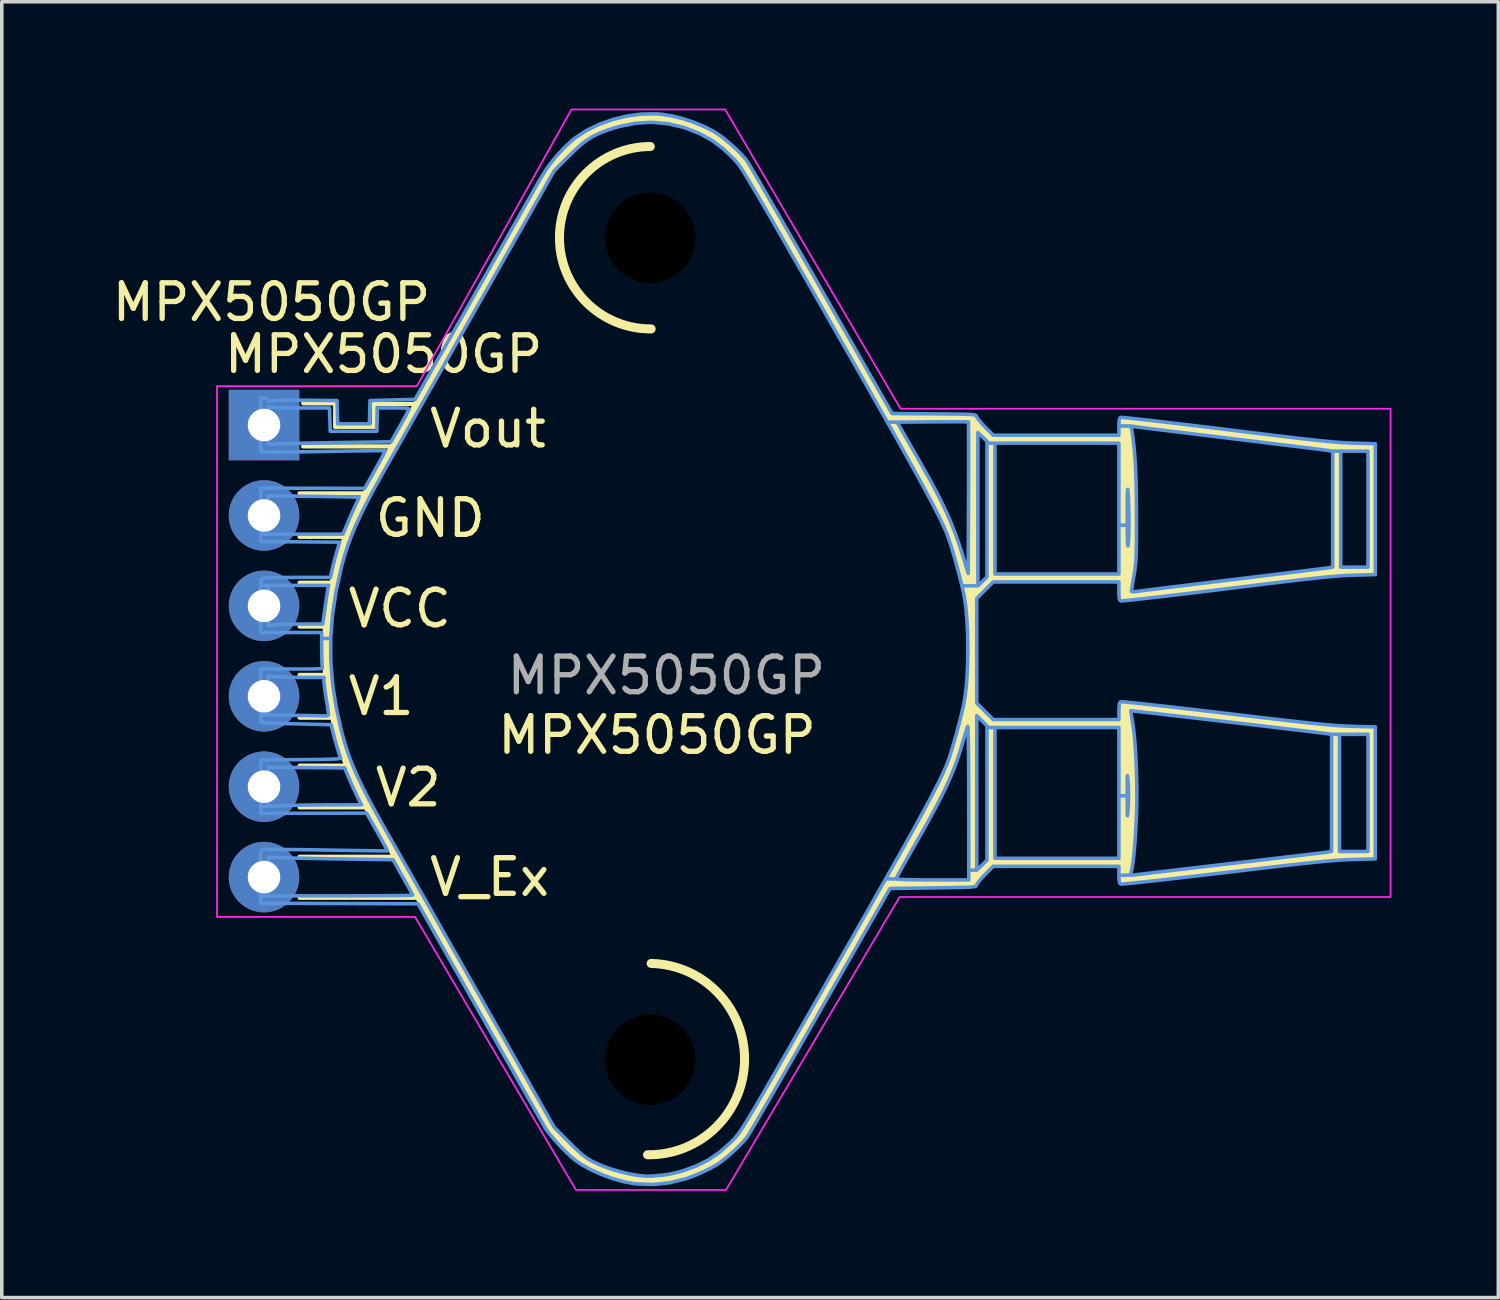
<source format=kicad_pcb>
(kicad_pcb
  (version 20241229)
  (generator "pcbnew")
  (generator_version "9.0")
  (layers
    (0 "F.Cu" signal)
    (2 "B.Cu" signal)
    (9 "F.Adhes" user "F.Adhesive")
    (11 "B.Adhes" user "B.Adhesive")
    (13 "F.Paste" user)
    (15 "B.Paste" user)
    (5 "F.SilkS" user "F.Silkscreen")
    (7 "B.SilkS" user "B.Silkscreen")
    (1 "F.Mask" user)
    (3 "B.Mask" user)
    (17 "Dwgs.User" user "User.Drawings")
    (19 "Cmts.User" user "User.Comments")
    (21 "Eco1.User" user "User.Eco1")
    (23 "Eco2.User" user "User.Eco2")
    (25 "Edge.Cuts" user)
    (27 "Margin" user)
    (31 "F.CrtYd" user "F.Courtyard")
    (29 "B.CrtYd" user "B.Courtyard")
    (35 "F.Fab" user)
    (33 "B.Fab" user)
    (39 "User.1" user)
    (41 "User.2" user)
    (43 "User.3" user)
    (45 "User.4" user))
  (footprint "MPX5050GP"
    (layer "F.Cu")
    (at 4.367 8.89)
    (property "Reference" "MPX5050GP" (at -1.19 -1.99 0) (unlocked yes) (layer "F.SilkS") (effects (font (size 1 1) (thickness 0.15)) (justify left)))
    (attr through_hole)
    (fp_line (start 0.995 12.13) (end 3.665 12.13) (stroke (width 0.12) (type solid)) (layer "F.SilkS"))
    (fp_line (start 1 1.92) (end 2.93 1.92) (stroke (width 0.12) (type solid)) (layer "F.SilkS"))
    (fp_line (start 1 4.43) (end 1.975 4.43) (stroke (width 0.12) (type solid)) (layer "F.SilkS"))
    (fp_line (start 1 5.66) (end 1.795 5.66) (stroke (width 0.12) (type solid)) (layer "F.SilkS"))
    (fp_line (start 1 7.02) (end 1.8 7.02) (stroke (width 0.12) (type solid)) (layer "F.SilkS"))
    (fp_line (start 1 8.22) (end 2.015 8.22) (stroke (width 0.12) (type solid)) (layer "F.SilkS"))
    (fp_line (start 1 9.57) (end 2.41 9.57) (stroke (width 0.12) (type solid)) (layer "F.SilkS"))
    (fp_line (start 1 10.74) (end 2.93 10.74) (stroke (width 0.12) (type solid)) (layer "F.SilkS"))
    (fp_line (start 1 13.28) (end 4.4 13.28) (stroke (width 0.12) (type solid)) (layer "F.SilkS"))
    (fp_line (start 1.1 0.6) (end 3.64 0.6) (stroke (width 0.12) (type solid)) (layer "F.SilkS"))
    (fp_line (start 2 -0.61) (end 1.1 -0.61) (stroke (width 0.12) (type solid)) (layer "F.SilkS"))
    (fp_line (start 2 0.05) (end 2 -0.61) (stroke (width 0.12) (type solid)) (layer "F.SilkS"))
    (fp_line (start 2.27 3.14) (end 1 3.14) (stroke (width 0.12) (type solid)) (layer "F.SilkS"))
    (fp_line (start 2.94 1.87) (end 2.27 3.19) (stroke (width 0.12) (type solid)) (layer "F.SilkS"))
    (fp_line (start 3.08 -0.59) (end 3.08 0.05) (stroke (width 0.12) (type solid)) (layer "F.SilkS"))
    (fp_line (start 3.08 0.05) (end 2 0.05) (stroke (width 0.12) (type solid)) (layer "F.SilkS"))
    (fp_line (start 4.21 -0.59) (end 3.08 -0.59) (stroke (width 0.12) (type solid)) (layer "F.SilkS"))
    (fp_arc (start 10.875 -2.7) (mid 8.3 -5.25) (end 10.85 -7.825) (stroke (width 0.254) (type solid)) (layer "F.SilkS"))
    (fp_arc (start 10.875 15.125) (mid 13.5125 17.8625) (end 10.775 20.5) (stroke (width 0.254) (type solid)) (layer "F.SilkS"))
    (fp_poly (pts (xy 11.175 -8.732) (xy 11.461 -8.686) (xy 11.764 -8.61) (xy 12.069 -8.51) (xy 12.36 -8.391) (xy 12.621 -8.259) (xy 12.835 -8.121) (xy 12.854 -8.107) (xy 13.052 -7.946) (xy 13.239 -7.78) (xy 13.402 -7.621) (xy 13.527 -7.481) (xy 13.555 -7.446) (xy 13.588 -7.397) (xy 13.649 -7.295) (xy 13.739 -7.145) (xy 13.854 -6.95) (xy 13.992 -6.713) (xy 14.151 -6.439) (xy 14.329 -6.131) (xy 14.525 -5.792) (xy 14.736 -5.426) (xy 14.96 -5.036) (xy 15.194 -4.626) (xy 15.438 -4.2) (xy 15.668 -3.797) (xy 17.647 -0.324) (xy 18.829 -0.315) (xy 19.135 -0.312) (xy 19.383 -0.31) (xy 19.579 -0.307) (xy 19.73 -0.303) (xy 19.841 -0.299) (xy 19.919 -0.293) (xy 19.97 -0.285) (xy 20 -0.275) (xy 20.015 -0.262) (xy 20.021 -0.246) (xy 20.022 -0.242) (xy 20.048 -0.193) (xy 20.11 -0.112) (xy 20.197 -0.013) (xy 20.261 0.054) (xy 20.489 0.286) (xy 24.021 0.286) (xy 24.021 0.045) (xy 24.022 0.025) (xy 24.364 0.025) (xy 24.384 0.148) (xy 24.42 0.389) (xy 24.45 0.648) (xy 24.474 0.933) (xy 24.491 1.25) (xy 24.504 1.607) (xy 24.511 2.011) (xy 24.514 2.471) (xy 24.514 2.554) (xy 24.514 2.878) (xy 24.513 3.146) (xy 24.512 3.366) (xy 24.508 3.547) (xy 24.503 3.696) (xy 24.496 3.82) (xy 24.487 3.93) (xy 24.474 4.031) (xy 24.459 4.133) (xy 24.444 4.224) (xy 24.417 4.38) (xy 24.395 4.513) (xy 24.38 4.612) (xy 24.373 4.662) (xy 24.373 4.665) (xy 24.4 4.683) (xy 24.472 4.68) (xy 24.477 4.68) (xy 24.524 4.673) (xy 24.629 4.659) (xy 24.789 4.639) (xy 24.997 4.613) (xy 25.248 4.582) (xy 25.539 4.546) (xy 25.863 4.506) (xy 26.217 4.463) (xy 26.594 4.417) (xy 26.991 4.369) (xy 27.2 4.343) (xy 27.605 4.294) (xy 27.993 4.247) (xy 28.359 4.202) (xy 28.699 4.16) (xy 29.008 4.122) (xy 29.28 4.089) (xy 29.511 4.06) (xy 29.696 4.037) (xy 29.83 4.02) (xy 29.907 4.01) (xy 29.924 4.007) (xy 30.011 3.992) (xy 30.251 3.992) (xy 31.018 3.992) (xy 31.018 0.733) (xy 30.251 0.733) (xy 30.251 3.992) (xy 30.011 3.992) (xy 30.028 3.989) (xy 30.028 0.736) (xy 29.924 0.718) (xy 29.877 0.711) (xy 29.771 0.697) (xy 29.612 0.677) (xy 29.404 0.651) (xy 29.152 0.62) (xy 28.862 0.584) (xy 28.537 0.544) (xy 28.184 0.501) (xy 27.806 0.455) (xy 27.41 0.407) (xy 27.2 0.381) (xy 26.796 0.332) (xy 26.407 0.285) (xy 26.041 0.24) (xy 25.7 0.198) (xy 25.391 0.16) (xy 25.119 0.127) (xy 24.887 0.098) (xy 24.702 0.074) (xy 24.567 0.057) (xy 24.489 0.047) (xy 24.472 0.044) (xy 24.364 0.025) (xy 24.022 0.025) (xy 24.024 -0.085) (xy 24.034 -0.163) (xy 24.055 -0.204) (xy 24.072 -0.215) (xy 24.111 -0.214) (xy 24.208 -0.206) (xy 24.36 -0.19) (xy 24.562 -0.169) (xy 24.808 -0.141) (xy 25.096 -0.108) (xy 25.42 -0.07) (xy 25.776 -0.028) (xy 26.159 0.018) (xy 26.565 0.067) (xy 26.989 0.119) (xy 27.052 0.127) (xy 27.571 0.191) (xy 28.031 0.247) (xy 28.437 0.296) (xy 28.793 0.339) (xy 29.105 0.375) (xy 29.377 0.406) (xy 29.613 0.432) (xy 29.818 0.453) (xy 29.997 0.469) (xy 30.154 0.483) (xy 30.294 0.493) (xy 30.422 0.5) (xy 30.542 0.505) (xy 30.603 0.507) (xy 31.226 0.525) (xy 31.226 4.199) (xy 30.603 4.218) (xy 30.485 4.222) (xy 30.361 4.228) (xy 30.228 4.237) (xy 30.08 4.248) (xy 29.913 4.263) (xy 29.722 4.282) (xy 29.502 4.305) (xy 29.25 4.333) (xy 28.959 4.366) (xy 28.626 4.406) (xy 28.246 4.451) (xy 27.815 4.504) (xy 27.326 4.564) (xy 27.052 4.598) (xy 26.625 4.65) (xy 26.217 4.7) (xy 25.83 4.746) (xy 25.47 4.789) (xy 25.141 4.828) (xy 24.848 4.861) (xy 24.595 4.89) (xy 24.386 4.912) (xy 24.227 4.929) (xy 24.121 4.938) (xy 24.074 4.94) (xy 24.072 4.94) (xy 24.046 4.917) (xy 24.03 4.865) (xy 24.023 4.772) (xy 24.021 4.664) (xy 24.021 4.407) (xy 20.489 4.407) (xy 20.258 4.64) (xy 20.028 4.872) (xy 20.028 7.811) (xy 20.26 8.042) (xy 20.492 8.273) (xy 24.021 8.273) (xy 24.021 8.032) (xy 24.024 7.902) (xy 24.035 7.824) (xy 24.055 7.783) (xy 24.072 7.772) (xy 24.11 7.773) (xy 24.208 7.781) (xy 24.359 7.796) (xy 24.561 7.817) (xy 24.808 7.844) (xy 25.095 7.875) (xy 25.419 7.912) (xy 25.775 7.952) (xy 26.157 7.996) (xy 26.563 8.044) (xy 26.986 8.094) (xy 27.035 8.1) (xy 27.553 8.161) (xy 28.013 8.215) (xy 28.418 8.262) (xy 28.775 8.303) (xy 29.086 8.338) (xy 29.358 8.368) (xy 29.594 8.392) (xy 29.8 8.412) (xy 29.979 8.428) (xy 30.138 8.441) (xy 30.28 8.45) (xy 30.41 8.457) (xy 30.533 8.462) (xy 30.587 8.463) (xy 31.226 8.481) (xy 31.226 12.187) (xy 30.587 12.204) (xy 30.465 12.208) (xy 30.339 12.214) (xy 30.203 12.223) (xy 30.052 12.234) (xy 29.882 12.248) (xy 29.689 12.266) (xy 29.467 12.289) (xy 29.211 12.316) (xy 28.918 12.348) (xy 28.582 12.386) (xy 28.199 12.431) (xy 27.764 12.482) (xy 27.272 12.54) (xy 27.035 12.568) (xy 26.61 12.618) (xy 26.202 12.666) (xy 25.817 12.711) (xy 25.458 12.752) (xy 25.13 12.789) (xy 24.838 12.821) (xy 24.587 12.848) (xy 24.38 12.87) (xy 24.222 12.885) (xy 24.118 12.894) (xy 24.073 12.895) (xy 24.072 12.895) (xy 24.045 12.871) (xy 24.029 12.815) (xy 24.022 12.716) (xy 24.021 12.644) (xy 24.341 12.644) (xy 24.369 12.646) (xy 24.44 12.64) (xy 24.477 12.635) (xy 24.529 12.628) (xy 24.64 12.615) (xy 24.804 12.595) (xy 25.016 12.57) (xy 25.272 12.54) (xy 25.566 12.505) (xy 25.894 12.467) (xy 26.249 12.425) (xy 26.628 12.381) (xy 27.025 12.335) (xy 27.2 12.314) (xy 27.602 12.267) (xy 27.988 12.222) (xy 28.352 12.179) (xy 28.689 12.139) (xy 28.995 12.103) (xy 29.265 12.071) (xy 29.493 12.044) (xy 29.674 12.022) (xy 29.805 12.006) (xy 29.878 11.996) (xy 29.892 11.994) (xy 29.979 11.979) (xy 30.219 11.979) (xy 31.018 11.979) (xy 31.018 8.688) (xy 30.219 8.688) (xy 30.219 11.979) (xy 29.979 11.979) (xy 29.996 11.976) (xy 29.996 8.691) (xy 29.892 8.673) (xy 29.841 8.666) (xy 29.734 8.653) (xy 29.577 8.634) (xy 29.374 8.609) (xy 29.132 8.58) (xy 28.857 8.547) (xy 28.552 8.511) (xy 28.225 8.473) (xy 27.881 8.432) (xy 27.525 8.39) (xy 27.163 8.348) (xy 26.801 8.306) (xy 26.443 8.264) (xy 26.096 8.224) (xy 25.765 8.185) (xy 25.455 8.15) (xy 25.173 8.117) (xy 24.924 8.089) (xy 24.712 8.065) (xy 24.545 8.046) (xy 24.427 8.033) (xy 24.364 8.027) (xy 24.355 8.027) (xy 24.358 8.059) (xy 24.37 8.141) (xy 24.39 8.259) (xy 24.409 8.369) (xy 24.438 8.575) (xy 24.464 8.833) (xy 24.486 9.131) (xy 24.504 9.457) (xy 24.517 9.8) (xy 24.524 10.147) (xy 24.525 10.487) (xy 24.52 10.797) (xy 24.51 11.081) (xy 24.495 11.366) (xy 24.478 11.642) (xy 24.457 11.898) (xy 24.435 12.127) (xy 24.412 12.317) (xy 24.389 12.459) (xy 24.374 12.522) (xy 24.352 12.598) (xy 24.341 12.641) (xy 24.341 12.644) (xy 24.021 12.644) (xy 24.021 12.635) (xy 24.021 12.395) (xy 20.489 12.395) (xy 20.261 12.626) (xy 20.164 12.73) (xy 20.084 12.824) (xy 20.034 12.895) (xy 20.022 12.922) (xy 20.017 12.938) (xy 20.005 12.952) (xy 19.98 12.962) (xy 19.936 12.971) (xy 19.866 12.978) (xy 19.765 12.984) (xy 19.626 12.988) (xy 19.444 12.992) (xy 19.212 12.996) (xy 18.925 13) (xy 18.8 13.002) (xy 17.59 13.018) (xy 15.648 16.42) (xy 15.4 16.854) (xy 15.16 17.274) (xy 14.929 17.678) (xy 14.709 18.061) (xy 14.502 18.42) (xy 14.311 18.751) (xy 14.138 19.051) (xy 13.984 19.317) (xy 13.852 19.544) (xy 13.743 19.729) (xy 13.661 19.869) (xy 13.606 19.96) (xy 13.584 19.994) (xy 13.491 20.108) (xy 13.358 20.247) (xy 13.199 20.399) (xy 13.026 20.552) (xy 12.854 20.692) (xy 12.716 20.784) (xy 12.534 20.885) (xy 12.323 20.987) (xy 12.103 21.082) (xy 11.888 21.162) (xy 11.845 21.176) (xy 11.397 21.286) (xy 10.943 21.333) (xy 10.48 21.317) (xy 10.381 21.306) (xy 10.095 21.252) (xy 9.788 21.164) (xy 9.478 21.05) (xy 9.183 20.916) (xy 8.92 20.771) (xy 8.749 20.654) (xy 8.606 20.533) (xy 8.447 20.38) (xy 8.284 20.21) (xy 8.129 20.036) (xy 7.997 19.872) (xy 7.899 19.732) (xy 7.887 19.712) (xy 7.854 19.656) (xy 7.793 19.548) (xy 7.704 19.393) (xy 7.591 19.194) (xy 7.455 18.955) (xy 7.299 18.68) (xy 7.125 18.373) (xy 6.935 18.038) (xy 6.732 17.679) (xy 6.517 17.3) (xy 6.293 16.905) (xy 6.082 16.532) (xy 5.851 16.125) (xy 5.628 15.731) (xy 5.413 15.352) (xy 5.211 14.994) (xy 5.021 14.661) (xy 4.848 14.355) (xy 4.693 14.081) (xy 4.558 13.844) (xy 4.446 13.647) (xy 4.359 13.493) (xy 4.299 13.388) (xy 4.27 13.337) (xy 4.226 13.259) (xy 4.154 13.133) (xy 4.059 12.966) (xy 3.946 12.767) (xy 3.819 12.542) (xy 3.682 12.3) (xy 3.54 12.049) (xy 3.519 12.011) (xy 3.38 11.766) (xy 3.248 11.535) (xy 3.129 11.326) (xy 3.025 11.144) (xy 2.94 10.997) (xy 2.878 10.891) (xy 2.842 10.833) (xy 2.838 10.826) (xy 2.77 10.715) (xy 2.685 10.554) (xy 2.589 10.356) (xy 2.487 10.133) (xy 2.383 9.895) (xy 2.282 9.655) (xy 2.19 9.423) (xy 2.111 9.212) (xy 2.051 9.033) (xy 2.036 8.983) (xy 1.965 8.71) (xy 1.893 8.389) (xy 1.821 8.036) (xy 1.755 7.667) (xy 1.696 7.297) (xy 1.665 7.08) (xy 1.64 6.811) (xy 1.628 6.5) (xy 1.629 6.164) (xy 1.637 5.995) (xy 1.878 5.995) (xy 1.881 6.644) (xy 1.935 7.298) (xy 2.041 7.969) (xy 2.184 8.608) (xy 2.263 8.896) (xy 2.353 9.18) (xy 2.459 9.467) (xy 2.583 9.765) (xy 2.731 10.083) (xy 2.904 10.428) (xy 3.106 10.808) (xy 3.342 11.232) (xy 3.365 11.273) (xy 3.458 11.437) (xy 3.58 11.652) (xy 3.728 11.913) (xy 3.9 12.216) (xy 4.092 12.556) (xy 4.303 12.929) (xy 4.531 13.329) (xy 4.771 13.753) (xy 5.022 14.196) (xy 5.281 14.653) (xy 5.545 15.119) (xy 5.812 15.59) (xy 6.065 16.037) (xy 8.157 19.727) (xy 8.573 20.144) (xy 8.734 20.304) (xy 8.864 20.425) (xy 8.972 20.518) (xy 9.069 20.59) (xy 9.167 20.651) (xy 9.251 20.696) (xy 9.475 20.798) (xy 9.728 20.891) (xy 9.996 20.972) (xy 10.263 21.036) (xy 10.516 21.08) (xy 10.74 21.101) (xy 10.906 21.098) (xy 10.987 21.09) (xy 11.106 21.079) (xy 11.225 21.068) (xy 11.358 21.05) (xy 11.523 21.016) (xy 11.694 20.974) (xy 11.767 20.952) (xy 12.152 20.813) (xy 12.494 20.641) (xy 12.807 20.426) (xy 13.108 20.159) (xy 13.195 20.07) (xy 13.227 20.036) (xy 13.259 20) (xy 13.293 19.959) (xy 13.329 19.911) (xy 13.371 19.853) (xy 13.418 19.783) (xy 13.474 19.697) (xy 13.539 19.593) (xy 13.615 19.469) (xy 13.703 19.321) (xy 13.806 19.148) (xy 13.924 18.946) (xy 14.06 18.713) (xy 14.214 18.446) (xy 14.389 18.143) (xy 14.586 17.8) (xy 14.806 17.416) (xy 15.052 16.988) (xy 15.324 16.513) (xy 15.624 15.988) (xy 15.954 15.41) (xy 16.027 15.281) (xy 16.4 14.629) (xy 16.741 14.03) (xy 17.054 13.481) (xy 17.339 12.98) (xy 17.469 12.75) (xy 17.759 12.75) (xy 17.79 12.757) (xy 17.878 12.763) (xy 18.015 12.769) (xy 18.195 12.773) (xy 18.412 12.776) (xy 18.657 12.778) (xy 18.782 12.778) (xy 19.804 12.778) (xy 19.803 10.597) (xy 19.802 10.219) (xy 19.801 9.865) (xy 19.799 9.54) (xy 19.797 9.25) (xy 19.793 8.998) (xy 19.79 8.789) (xy 19.786 8.628) (xy 19.782 8.519) (xy 19.777 8.468) (xy 19.775 8.465) (xy 19.755 8.513) (xy 19.724 8.609) (xy 19.685 8.739) (xy 19.644 8.88) (xy 19.568 9.138) (xy 19.487 9.386) (xy 19.398 9.629) (xy 19.297 9.877) (xy 19.18 10.136) (xy 19.046 10.414) (xy 18.889 10.718) (xy 18.707 11.055) (xy 18.496 11.433) (xy 18.324 11.735) (xy 18.193 11.964) (xy 18.073 12.176) (xy 17.967 12.364) (xy 17.88 12.522) (xy 17.813 12.643) (xy 17.772 12.721) (xy 17.759 12.75) (xy 17.469 12.75) (xy 17.597 12.523) (xy 17.831 12.109) (xy 18.04 11.735) (xy 18.228 11.398) (xy 18.395 11.095) (xy 18.543 10.825) (xy 18.672 10.584) (xy 18.786 10.37) (xy 18.884 10.18) (xy 18.968 10.012) (xy 19.04 9.863) (xy 19.101 9.73) (xy 19.153 9.612) (xy 19.196 9.505) (xy 19.233 9.406) (xy 19.255 9.343) (xy 19.323 9.132) (xy 19.395 8.889) (xy 19.468 8.63) (xy 19.537 8.37) (xy 19.588 8.164) (xy 20.028 8.164) (xy 20.028 12.504) (xy 20.171 12.363) (xy 20.315 12.222) (xy 20.315 12.171) (xy 20.539 12.171) (xy 24.021 12.171) (xy 24.021 10.414) (xy 24.254 10.414) (xy 24.254 10.64) (xy 24.255 10.805) (xy 24.256 10.914) (xy 24.259 10.969) (xy 24.263 10.975) (xy 24.268 10.935) (xy 24.275 10.852) (xy 24.281 10.773) (xy 24.291 10.568) (xy 24.292 10.338) (xy 24.286 10.12) (xy 24.281 10.054) (xy 24.273 9.945) (xy 24.266 9.875) (xy 24.261 9.849) (xy 24.258 9.871) (xy 24.256 9.943) (xy 24.254 10.069) (xy 24.254 10.254) (xy 24.254 10.414) (xy 24.021 10.414) (xy 24.021 8.497) (xy 20.539 8.497) (xy 20.539 12.171) (xy 20.315 12.171) (xy 20.315 8.446) (xy 20.171 8.305) (xy 20.028 8.164) (xy 19.588 8.164) (xy 19.599 8.123) (xy 19.649 7.904) (xy 19.685 7.728) (xy 19.69 7.698) (xy 19.729 7.398) (xy 19.756 7.051) (xy 19.773 6.673) (xy 19.778 6.279) (xy 19.772 5.886) (xy 19.755 5.509) (xy 19.726 5.165) (xy 19.69 4.886) (xy 19.658 4.721) (xy 19.611 4.51) (xy 19.551 4.268) (xy 19.483 4.01) (xy 19.411 3.749) (xy 19.338 3.502) (xy 19.269 3.283) (xy 19.255 3.241) (xy 19.222 3.147) (xy 19.183 3.046) (xy 19.137 2.935) (xy 19.082 2.812) (xy 19.018 2.675) (xy 18.942 2.52) (xy 18.853 2.345) (xy 18.75 2.147) (xy 18.632 1.925) (xy 18.497 1.675) (xy 18.343 1.394) (xy 18.169 1.08) (xy 17.974 0.732) (xy 17.757 0.345) (xy 17.516 -0.082) (xy 17.791 -0.082) (xy 18.323 0.845) (xy 18.547 1.24) (xy 18.742 1.59) (xy 18.91 1.905) (xy 19.056 2.194) (xy 19.184 2.465) (xy 19.299 2.727) (xy 19.403 2.991) (xy 19.502 3.264) (xy 19.6 3.557) (xy 19.7 3.877) (xy 19.715 3.928) (xy 19.788 4.168) (xy 19.796 2.046) (xy 19.797 1.684) (xy 19.798 1.341) (xy 19.799 1.022) (xy 19.799 0.733) (xy 19.799 0.48) (xy 19.798 0.266) (xy 19.798 0.209) (xy 20.059 0.209) (xy 20.059 4.516) (xy 20.187 4.391) (xy 20.315 4.266) (xy 20.315 4.184) (xy 20.539 4.184) (xy 24.021 4.184) (xy 24.021 2.554) (xy 24.254 2.554) (xy 24.254 2.813) (xy 24.256 3.03) (xy 24.26 3.2) (xy 24.264 3.321) (xy 24.27 3.387) (xy 24.276 3.394) (xy 24.278 3.385) (xy 24.287 3.304) (xy 24.294 3.174) (xy 24.3 3.009) (xy 24.303 2.823) (xy 24.303 2.698) (xy 24.301 2.491) (xy 24.297 2.281) (xy 24.291 2.086) (xy 24.283 1.927) (xy 24.279 1.867) (xy 24.272 1.806) (xy 24.266 1.806) (xy 24.261 1.866) (xy 24.258 1.989) (xy 24.256 2.173) (xy 24.254 2.421) (xy 24.254 2.554) (xy 24.021 2.554) (xy 24.021 0.509) (xy 20.539 0.509) (xy 20.539 4.184) (xy 20.315 4.184) (xy 20.315 0.458) (xy 20.187 0.334) (xy 20.059 0.209) (xy 19.798 0.209) (xy 19.797 0.098) (xy 19.796 -0.019) (xy 19.794 -0.08) (xy 19.793 -0.087) (xy 19.759 -0.09) (xy 19.67 -0.092) (xy 19.532 -0.093) (xy 19.353 -0.093) (xy 19.142 -0.092) (xy 18.906 -0.091) (xy 18.787 -0.09) (xy 17.791 -0.082) (xy 17.516 -0.082) (xy 17.516 -0.083) (xy 17.249 -0.554) (xy 16.955 -1.071) (xy 16.633 -1.636) (xy 16.282 -2.252) (xy 16.027 -2.697) (xy 15.691 -3.286) (xy 15.385 -3.822) (xy 15.107 -4.307) (xy 14.856 -4.745) (xy 14.63 -5.138) (xy 14.429 -5.489) (xy 14.25 -5.801) (xy 14.091 -6.075) (xy 13.951 -6.315) (xy 13.83 -6.523) (xy 13.724 -6.702) (xy 13.632 -6.855) (xy 13.554 -6.984) (xy 13.487 -7.092) (xy 13.429 -7.181) (xy 13.38 -7.255) (xy 13.338 -7.315) (xy 13.3 -7.365) (xy 13.266 -7.407) (xy 13.234 -7.444) (xy 13.202 -7.478) (xy 13.195 -7.485) (xy 12.896 -7.769) (xy 12.588 -7.998) (xy 12.256 -8.182) (xy 11.886 -8.33) (xy 11.767 -8.368) (xy 11.333 -8.469) (xy 10.893 -8.506) (xy 10.447 -8.48) (xy 9.995 -8.39) (xy 9.875 -8.356) (xy 9.618 -8.273) (xy 9.404 -8.188) (xy 9.216 -8.093) (xy 9.041 -7.979) (xy 8.864 -7.836) (xy 8.669 -7.655) (xy 8.573 -7.56) (xy 8.157 -7.143) (xy 6.065 -3.452) (xy 5.798 -2.981) (xy 5.531 -2.51) (xy 5.267 -2.044) (xy 5.008 -1.588) (xy 4.758 -1.146) (xy 4.518 -0.723) (xy 4.292 -0.324) (xy 4.082 0.047) (xy 3.89 0.385) (xy 3.719 0.686) (xy 3.573 0.945) (xy 3.453 1.157) (xy 3.365 1.311) (xy 3.126 1.739) (xy 2.921 2.124) (xy 2.745 2.472) (xy 2.596 2.791) (xy 2.469 3.091) (xy 2.362 3.379) (xy 2.27 3.662) (xy 2.191 3.949) (xy 2.184 3.976) (xy 2.03 4.672) (xy 1.928 5.341) (xy 1.878 5.995) (xy 1.637 5.995) (xy 1.644 5.823) (xy 1.671 5.496) (xy 1.688 5.35) (xy 1.724 5.095) (xy 1.768 4.829) (xy 1.815 4.563) (xy 1.866 4.306) (xy 1.917 4.067) (xy 1.966 3.856) (xy 2.013 3.683) (xy 2.053 3.557) (xy 2.076 3.505) (xy 2.103 3.44) (xy 2.139 3.338) (xy 2.168 3.244) (xy 2.224 3.079) (xy 2.302 2.874) (xy 2.397 2.647) (xy 2.501 2.414) (xy 2.608 2.192) (xy 2.674 2.063) (xy 2.761 1.901) (xy 2.865 1.711) (xy 2.98 1.506) (xy 3.099 1.297) (xy 3.215 1.097) (xy 3.32 0.918) (xy 3.408 0.772) (xy 3.466 0.68) (xy 3.527 0.582) (xy 3.575 0.498) (xy 3.595 0.456) (xy 3.627 0.385) (xy 3.679 0.287) (xy 3.743 0.173) (xy 3.811 0.058) (xy 3.875 -0.045) (xy 3.927 -0.122) (xy 3.958 -0.16) (xy 3.962 -0.162) (xy 3.992 -0.189) (xy 4.024 -0.255) (xy 4.028 -0.265) (xy 4.062 -0.349) (xy 4.114 -0.462) (xy 4.163 -0.561) (xy 4.19 -0.609) (xy 4.245 -0.708) (xy 4.327 -0.855) (xy 4.433 -1.043) (xy 4.561 -1.27) (xy 4.709 -1.531) (xy 4.873 -1.821) (xy 5.051 -2.137) (xy 5.241 -2.473) (xy 5.441 -2.826) (xy 5.648 -3.19) (xy 5.859 -3.563) (xy 6.072 -3.939) (xy 6.285 -4.314) (xy 6.494 -4.683) (xy 6.699 -5.043) (xy 6.895 -5.389) (xy 7.082 -5.717) (xy 7.255 -6.022) (xy 7.414 -6.3) (xy 7.554 -6.547) (xy 7.675 -6.758) (xy 7.773 -6.929) (xy 7.845 -7.056) (xy 7.887 -7.128) (xy 7.978 -7.262) (xy 8.105 -7.423) (xy 8.257 -7.596) (xy 8.419 -7.768) (xy 8.58 -7.924) (xy 8.727 -8.052) (xy 8.749 -8.069) (xy 9.063 -8.276) (xy 9.421 -8.449) (xy 9.809 -8.586) (xy 10.213 -8.684) (xy 10.622 -8.737) (xy 11.02 -8.743)) (stroke (width 0) (type solid)) (fill yes) (layer "F.SilkS"))
    (fp_poly (pts (xy 11.169 -8.73) (xy 11.455 -8.685) (xy 11.759 -8.609) (xy 12.064 -8.509) (xy 12.355 -8.39) (xy 12.616 -8.258) (xy 12.83 -8.12) (xy 12.848 -8.106) (xy 13.047 -7.945) (xy 13.234 -7.779) (xy 13.396 -7.62) (xy 13.522 -7.48) (xy 13.55 -7.445) (xy 13.582 -7.395) (xy 13.644 -7.294) (xy 13.733 -7.144) (xy 13.848 -6.949) (xy 13.986 -6.712) (xy 14.145 -6.438) (xy 14.324 -6.13) (xy 14.52 -5.791) (xy 14.73 -5.425) (xy 14.954 -5.035) (xy 15.189 -4.625) (xy 15.433 -4.199) (xy 15.662 -3.796) (xy 17.642 -0.323) (xy 18.824 -0.314) (xy 19.129 -0.311) (xy 19.377 -0.309) (xy 19.574 -0.306) (xy 19.724 -0.302) (xy 19.836 -0.298) (xy 19.914 -0.292) (xy 19.965 -0.284) (xy 19.995 -0.274) (xy 20.009 -0.261) (xy 20.016 -0.245) (xy 20.016 -0.24) (xy 20.043 -0.191) (xy 20.105 -0.111) (xy 20.192 -0.012) (xy 20.256 0.055) (xy 20.484 0.287) (xy 24.016 0.287) (xy 24.016 0.046) (xy 24.016 0.027) (xy 24.358 0.027) (xy 24.379 0.149) (xy 24.415 0.39) (xy 24.445 0.649) (xy 24.468 0.934) (xy 24.486 1.251) (xy 24.498 1.608) (xy 24.506 2.012) (xy 24.509 2.472) (xy 24.509 2.555) (xy 24.509 2.879) (xy 24.508 3.147) (xy 24.506 3.367) (xy 24.503 3.548) (xy 24.498 3.697) (xy 24.491 3.822) (xy 24.481 3.931) (xy 24.469 4.032) (xy 24.454 4.134) (xy 24.438 4.225) (xy 24.412 4.381) (xy 24.39 4.514) (xy 24.374 4.613) (xy 24.367 4.663) (xy 24.367 4.666) (xy 24.395 4.684) (xy 24.467 4.681) (xy 24.471 4.681) (xy 24.518 4.674) (xy 24.624 4.66) (xy 24.783 4.64) (xy 24.991 4.614) (xy 25.243 4.583) (xy 25.534 4.547) (xy 25.858 4.507) (xy 26.211 4.464) (xy 26.589 4.418) (xy 26.985 4.37) (xy 27.195 4.344) (xy 27.599 4.295) (xy 27.987 4.248) (xy 28.354 4.203) (xy 28.694 4.161) (xy 29.002 4.124) (xy 29.274 4.09) (xy 29.505 4.061) (xy 29.69 4.038) (xy 29.824 4.021) (xy 29.902 4.011) (xy 29.919 4.008) (xy 30.006 3.993) (xy 30.246 3.993) (xy 31.013 3.993) (xy 31.013 0.734) (xy 30.246 0.734) (xy 30.246 3.993) (xy 30.006 3.993) (xy 30.022 3.99) (xy 30.022 0.737) (xy 29.919 0.719) (xy 29.871 0.712) (xy 29.766 0.698) (xy 29.606 0.678) (xy 29.398 0.652) (xy 29.147 0.621) (xy 28.856 0.585) (xy 28.532 0.546) (xy 28.178 0.502) (xy 27.801 0.456) (xy 27.404 0.408) (xy 27.195 0.382) (xy 26.79 0.333) (xy 26.402 0.286) (xy 26.035 0.241) (xy 25.695 0.199) (xy 25.386 0.161) (xy 25.113 0.128) (xy 24.882 0.099) (xy 24.696 0.076) (xy 24.562 0.058) (xy 24.483 0.048) (xy 24.467 0.045) (xy 24.358 0.027) (xy 24.016 0.027) (xy 24.019 -0.084) (xy 24.029 -0.162) (xy 24.049 -0.203) (xy 24.067 -0.214) (xy 24.105 -0.213) (xy 24.203 -0.205) (xy 24.355 -0.189) (xy 24.556 -0.168) (xy 24.803 -0.14) (xy 25.091 -0.107) (xy 25.415 -0.069) (xy 25.771 -0.027) (xy 26.154 0.019) (xy 26.559 0.068) (xy 26.983 0.12) (xy 27.046 0.128) (xy 27.565 0.192) (xy 28.025 0.248) (xy 28.431 0.297) (xy 28.788 0.34) (xy 29.1 0.376) (xy 29.371 0.407) (xy 29.607 0.433) (xy 29.812 0.454) (xy 29.991 0.47) (xy 30.149 0.484) (xy 30.289 0.494) (xy 30.417 0.501) (xy 30.537 0.506) (xy 30.597 0.508) (xy 31.22 0.526) (xy 31.22 4.201) (xy 30.597 4.219) (xy 30.479 4.223) (xy 30.356 4.229) (xy 30.223 4.238) (xy 30.075 4.249) (xy 29.907 4.264) (xy 29.716 4.283) (xy 29.497 4.306) (xy 29.244 4.334) (xy 28.954 4.367) (xy 28.621 4.407) (xy 28.241 4.452) (xy 27.809 4.505) (xy 27.321 4.565) (xy 27.046 4.599) (xy 26.62 4.651) (xy 26.211 4.701) (xy 25.825 4.747) (xy 25.465 4.79) (xy 25.136 4.829) (xy 24.842 4.862) (xy 24.589 4.891) (xy 24.381 4.913) (xy 24.222 4.93) (xy 24.116 4.939) (xy 24.069 4.941) (xy 24.067 4.941) (xy 24.04 4.918) (xy 24.025 4.866) (xy 24.017 4.773) (xy 24.016 4.665) (xy 24.016 4.408) (xy 20.484 4.408) (xy 20.253 4.641) (xy 20.022 4.873) (xy 20.022 7.812) (xy 20.254 8.043) (xy 20.487 8.274) (xy 24.016 8.274) (xy 24.016 8.034) (xy 24.019 7.904) (xy 24.029 7.825) (xy 24.049 7.784) (xy 24.066 7.774) (xy 24.105 7.774) (xy 24.202 7.782) (xy 24.354 7.797) (xy 24.555 7.818) (xy 24.802 7.845) (xy 25.09 7.876) (xy 25.414 7.913) (xy 25.769 7.953) (xy 26.152 7.997) (xy 26.557 8.045) (xy 26.981 8.095) (xy 27.03 8.101) (xy 27.548 8.162) (xy 28.007 8.216) (xy 28.413 8.263) (xy 28.769 8.304) (xy 29.081 8.339) (xy 29.352 8.369) (xy 29.588 8.393) (xy 29.794 8.413) (xy 29.974 8.429) (xy 30.133 8.442) (xy 30.275 8.451) (xy 30.405 8.458) (xy 30.528 8.463) (xy 30.581 8.464) (xy 31.22 8.482) (xy 31.22 12.188) (xy 30.581 12.205) (xy 30.46 12.209) (xy 30.334 12.215) (xy 30.197 12.224) (xy 30.047 12.235) (xy 29.877 12.249) (xy 29.683 12.267) (xy 29.461 12.29) (xy 29.206 12.317) (xy 28.913 12.349) (xy 28.577 12.387) (xy 28.194 12.432) (xy 27.759 12.483) (xy 27.267 12.541) (xy 27.03 12.569) (xy 26.604 12.619) (xy 26.197 12.667) (xy 25.811 12.712) (xy 25.452 12.753) (xy 25.125 12.79) (xy 24.833 12.822) (xy 24.581 12.849) (xy 24.374 12.871) (xy 24.217 12.886) (xy 24.113 12.895) (xy 24.068 12.897) (xy 24.066 12.896) (xy 24.039 12.872) (xy 24.024 12.816) (xy 24.017 12.717) (xy 24.016 12.645) (xy 24.335 12.645) (xy 24.363 12.647) (xy 24.434 12.641) (xy 24.471 12.636) (xy 24.523 12.63) (xy 24.634 12.616) (xy 24.798 12.597) (xy 25.011 12.571) (xy 25.267 12.541) (xy 25.561 12.506) (xy 25.888 12.468) (xy 26.244 12.426) (xy 26.623 12.382) (xy 27.019 12.336) (xy 27.195 12.315) (xy 27.597 12.268) (xy 27.982 12.223) (xy 28.346 12.18) (xy 28.684 12.14) (xy 28.99 12.104) (xy 29.259 12.072) (xy 29.487 12.045) (xy 29.669 12.023) (xy 29.799 12.007) (xy 29.873 11.997) (xy 29.887 11.995) (xy 29.974 11.98) (xy 30.214 11.98) (xy 31.013 11.98) (xy 31.013 8.689) (xy 30.214 8.689) (xy 30.214 11.98) (xy 29.974 11.98) (xy 29.99 11.977) (xy 29.99 8.692) (xy 29.887 8.674) (xy 29.836 8.667) (xy 29.729 8.654) (xy 29.571 8.635) (xy 29.369 8.61) (xy 29.127 8.581) (xy 28.851 8.548) (xy 28.547 8.512) (xy 28.22 8.474) (xy 27.876 8.433) (xy 27.52 8.391) (xy 27.158 8.349) (xy 26.795 8.307) (xy 26.437 8.265) (xy 26.09 8.225) (xy 25.759 8.186) (xy 25.45 8.151) (xy 25.168 8.118) (xy 24.918 8.09) (xy 24.707 8.066) (xy 24.54 8.047) (xy 24.422 8.034) (xy 24.359 8.028) (xy 24.349 8.028) (xy 24.352 8.06) (xy 24.365 8.142) (xy 24.384 8.26) (xy 24.403 8.37) (xy 24.433 8.576) (xy 24.459 8.834) (xy 24.481 9.132) (xy 24.499 9.458) (xy 24.511 9.801) (xy 24.519 10.148) (xy 24.52 10.488) (xy 24.515 10.798) (xy 24.504 11.082) (xy 24.49 11.367) (xy 24.472 11.643) (xy 24.452 11.899) (xy 24.43 12.128) (xy 24.407 12.318) (xy 24.383 12.46) (xy 24.368 12.523) (xy 24.347 12.599) (xy 24.336 12.642) (xy 24.335 12.645) (xy 24.016 12.645) (xy 24.016 12.636) (xy 24.016 12.396) (xy 20.484 12.396) (xy 20.256 12.627) (xy 20.158 12.731) (xy 20.079 12.825) (xy 20.029 12.896) (xy 20.016 12.923) (xy 20.012 12.939) (xy 20 12.953) (xy 19.975 12.963) (xy 19.93 12.972) (xy 19.86 12.979) (xy 19.759 12.985) (xy 19.621 12.989) (xy 19.438 12.993) (xy 19.207 12.997) (xy 18.92 13.001) (xy 18.795 13.003) (xy 17.585 13.019) (xy 15.642 16.421) (xy 15.395 16.855) (xy 15.154 17.275) (xy 14.923 17.679) (xy 14.703 18.062) (xy 14.497 18.421) (xy 14.306 18.752) (xy 14.132 19.053) (xy 13.978 19.318) (xy 13.846 19.545) (xy 13.738 19.73) (xy 13.655 19.87) (xy 13.6 19.961) (xy 13.578 19.995) (xy 13.485 20.109) (xy 13.353 20.248) (xy 13.194 20.4) (xy 13.021 20.553) (xy 12.848 20.693) (xy 12.711 20.785) (xy 12.528 20.886) (xy 12.318 20.988) (xy 12.097 21.083) (xy 11.882 21.163) (xy 11.839 21.177) (xy 11.391 21.287) (xy 10.937 21.334) (xy 10.475 21.318) (xy 10.375 21.307) (xy 10.09 21.253) (xy 9.783 21.165) (xy 9.473 21.051) (xy 9.177 20.917) (xy 8.914 20.772) (xy 8.744 20.655) (xy 8.612 20.544) (xy 8.463 20.402) (xy 8.307 20.242) (xy 8.158 20.078) (xy 8.028 19.923) (xy 7.929 19.791) (xy 7.901 19.747) (xy 7.871 19.696) (xy 7.812 19.592) (xy 7.726 19.441) (xy 7.614 19.246) (xy 7.48 19.01) (xy 7.325 18.738) (xy 7.152 18.433) (xy 6.963 18.1) (xy 6.759 17.741) (xy 6.544 17.362) (xy 6.319 16.965) (xy 6.086 16.555) (xy 6.06 16.509) (xy 4.326 13.45) (xy 2.118 13.442) (xy -0.09 13.434) (xy -0.099 12.69) (xy -0.101 12.45) (xy -0.101 12.266) (xy -0.1 12.138) (xy 0.117 12.138) (xy 0.117 13.226) (xy 2.146 13.226) (xy 2.5 13.226) (xy 2.834 13.225) (xy 3.143 13.224) (xy 3.422 13.222) (xy 3.665 13.22) (xy 3.867 13.217) (xy 4.022 13.215) (xy 4.126 13.212) (xy 4.173 13.208) (xy 4.175 13.208) (xy 4.16 13.175) (xy 4.119 13.096) (xy 4.056 12.98) (xy 3.976 12.837) (xy 3.899 12.7) (xy 3.624 12.211) (xy 2.294 12.192) (xy 1.989 12.187) (xy 1.686 12.182) (xy 1.397 12.176) (xy 1.131 12.171) (xy 0.896 12.166) (xy 0.704 12.161) (xy 0.564 12.156) (xy 0.541 12.155) (xy 0.117 12.138) (xy -0.1 12.138) (xy -0.1 12.131) (xy -0.095 12.037) (xy -0.087 11.977) (xy -0.076 11.944) (xy -0.061 11.929) (xy -0.059 11.928) (xy -0.018 11.925) (xy 0.08 11.923) (xy 0.23 11.923) (xy 0.426 11.923) (xy 0.662 11.925) (xy 0.931 11.928) (xy 1.228 11.931) (xy 1.547 11.936) (xy 1.723 11.939) (xy 2.05 11.945) (xy 2.356 11.95) (xy 2.637 11.954) (xy 2.887 11.957) (xy 3.1 11.96) (xy 3.269 11.962) (xy 3.39 11.963) (xy 3.455 11.963) (xy 3.466 11.962) (xy 3.454 11.934) (xy 3.415 11.859) (xy 3.354 11.745) (xy 3.275 11.602) (xy 3.184 11.438) (xy 3.179 11.429) (xy 2.882 10.903) (xy 1.396 10.906) (xy -0.09 10.91) (xy -0.09 9.615) (xy 0.117 9.615) (xy 0.117 10.712) (xy 0.573 10.691) (xy 0.735 10.686) (xy 0.946 10.68) (xy 1.191 10.676) (xy 1.453 10.673) (xy 1.718 10.671) (xy 1.883 10.67) (xy 2.738 10.67) (xy 2.636 10.471) (xy 2.579 10.352) (xy 2.508 10.199) (xy 2.435 10.036) (xy 2.399 9.951) (xy 2.263 9.632) (xy 1.19 9.624) (xy 0.117 9.615) (xy -0.09 9.615) (xy -0.09 9.408) (xy 1.039 9.4) (xy 1.349 9.397) (xy 1.601 9.394) (xy 1.798 9.39) (xy 1.947 9.384) (xy 2.051 9.378) (xy 2.116 9.37) (xy 2.147 9.36) (xy 2.151 9.352) (xy 2.123 9.273) (xy 2.084 9.151) (xy 2.04 9.003) (xy 1.995 8.848) (xy 1.957 8.704) (xy 1.943 8.65) (xy 1.886 8.418) (xy 0.934 8.396) (xy 0.692 8.39) (xy 0.469 8.383) (xy 0.275 8.376) (xy 0.117 8.37) (xy 0.004 8.363) (xy -0.056 8.358) (xy -0.063 8.357) (xy -0.077 8.341) (xy -0.088 8.302) (xy -0.095 8.231) (xy -0.1 8.124) (xy -0.101 7.971) (xy -0.101 7.766) (xy -0.099 7.596) (xy -0.093 7.051) (xy 0.117 7.051) (xy 0.117 8.145) (xy 0.796 8.154) (xy 1.01 8.158) (xy 1.213 8.161) (xy 1.393 8.164) (xy 1.536 8.168) (xy 1.631 8.17) (xy 1.643 8.171) (xy 1.742 8.172) (xy 1.793 8.161) (xy 1.81 8.134) (xy 1.81 8.122) (xy 1.805 8.07) (xy 1.791 7.97) (xy 1.771 7.835) (xy 1.746 7.683) (xy 1.721 7.523) (xy 1.701 7.377) (xy 1.687 7.261) (xy 1.683 7.196) (xy 1.683 7.092) (xy 1.145 7.092) (xy 0.943 7.091) (xy 0.743 7.087) (xy 0.561 7.082) (xy 0.417 7.075) (xy 0.362 7.071) (xy 0.117 7.051) (xy -0.093 7.051) (xy -0.09 6.852) (xy 0.782 6.854) (xy 1.041 6.855) (xy 1.242 6.854) (xy 1.394 6.853) (xy 1.502 6.85) (xy 1.574 6.844) (xy 1.616 6.836) (xy 1.637 6.824) (xy 1.641 6.809) (xy 1.638 6.79) (xy 1.631 6.735) (xy 1.626 6.63) (xy 1.622 6.489) (xy 1.62 6.325) (xy 1.62 6.276) (xy 1.619 5.996) (xy 1.873 5.996) (xy 1.875 6.645) (xy 1.929 7.299) (xy 2.035 7.97) (xy 2.178 8.609) (xy 2.257 8.897) (xy 2.348 9.181) (xy 2.453 9.468) (xy 2.578 9.766) (xy 2.725 10.084) (xy 2.898 10.429) (xy 3.101 10.809) (xy 3.336 11.233) (xy 3.36 11.274) (xy 3.453 11.438) (xy 3.574 11.653) (xy 3.722 11.914) (xy 3.894 12.217) (xy 4.087 12.557) (xy 4.298 12.93) (xy 4.525 13.33) (xy 4.765 13.754) (xy 5.016 14.197) (xy 5.275 14.654) (xy 5.539 15.12) (xy 5.806 15.591) (xy 6.06 16.038) (xy 8.151 19.728) (xy 8.567 20.145) (xy 8.729 20.305) (xy 8.858 20.426) (xy 8.966 20.519) (xy 9.064 20.591) (xy 9.162 20.652) (xy 9.246 20.697) (xy 9.47 20.799) (xy 9.723 20.892) (xy 9.99 20.973) (xy 10.258 21.037) (xy 10.511 21.081) (xy 10.735 21.102) (xy 10.9 21.099) (xy 10.982 21.091) (xy 11.1 21.08) (xy 11.22 21.07) (xy 11.352 21.051) (xy 11.517 21.017) (xy 11.688 20.975) (xy 11.762 20.953) (xy 12.147 20.814) (xy 12.488 20.642) (xy 12.802 20.427) (xy 13.102 20.16) (xy 13.19 20.071) (xy 13.222 20.037) (xy 13.254 20.001) (xy 13.287 19.96) (xy 13.324 19.912) (xy 13.365 19.854) (xy 13.413 19.784) (xy 13.468 19.698) (xy 13.533 19.594) (xy 13.609 19.47) (xy 13.698 19.322) (xy 13.801 19.149) (xy 13.919 18.947) (xy 14.054 18.714) (xy 14.209 18.447) (xy 14.384 18.144) (xy 14.58 17.801) (xy 14.801 17.417) (xy 15.046 16.989) (xy 15.318 16.514) (xy 15.618 15.989) (xy 15.948 15.411) (xy 16.022 15.282) (xy 16.394 14.631) (xy 16.736 14.031) (xy 17.048 13.482) (xy 17.333 12.981) (xy 17.464 12.751) (xy 17.754 12.751) (xy 17.784 12.758) (xy 17.872 12.764) (xy 18.01 12.77) (xy 18.19 12.774) (xy 18.406 12.777) (xy 18.651 12.779) (xy 18.776 12.779) (xy 19.798 12.779) (xy 19.797 10.598) (xy 19.797 10.22) (xy 19.796 9.866) (xy 19.794 9.541) (xy 19.791 9.251) (xy 19.788 8.999) (xy 19.784 8.79) (xy 19.78 8.629) (xy 19.776 8.52) (xy 19.771 8.469) (xy 19.769 8.466) (xy 19.75 8.514) (xy 19.719 8.61) (xy 19.679 8.74) (xy 19.638 8.881) (xy 19.562 9.139) (xy 19.481 9.387) (xy 19.392 9.63) (xy 19.291 9.878) (xy 19.175 10.137) (xy 19.04 10.415) (xy 18.883 10.719) (xy 18.701 11.056) (xy 18.49 11.434) (xy 18.318 11.736) (xy 18.188 11.965) (xy 18.068 12.177) (xy 17.962 12.365) (xy 17.874 12.523) (xy 17.808 12.644) (xy 17.766 12.722) (xy 17.754 12.751) (xy 17.464 12.751) (xy 17.592 12.524) (xy 17.825 12.11) (xy 18.035 11.736) (xy 18.223 11.399) (xy 18.39 11.096) (xy 18.537 10.826) (xy 18.667 10.585) (xy 18.78 10.371) (xy 18.878 10.181) (xy 18.963 10.013) (xy 19.035 9.864) (xy 19.096 9.731) (xy 19.147 9.613) (xy 19.191 9.506) (xy 19.228 9.407) (xy 19.25 9.344) (xy 19.317 9.133) (xy 19.39 8.89) (xy 19.462 8.631) (xy 19.531 8.371) (xy 19.583 8.165) (xy 20.022 8.165) (xy 20.022 12.505) (xy 20.166 12.364) (xy 20.31 12.223) (xy 20.31 12.172) (xy 20.533 12.172) (xy 24.016 12.172) (xy 24.016 10.415) (xy 24.248 10.415) (xy 24.249 10.641) (xy 24.249 10.806) (xy 24.251 10.915) (xy 24.253 10.97) (xy 24.257 10.976) (xy 24.262 10.936) (xy 24.27 10.853) (xy 24.276 10.774) (xy 24.285 10.569) (xy 24.287 10.339) (xy 24.28 10.121) (xy 24.276 10.055) (xy 24.267 9.946) (xy 24.261 9.876) (xy 24.256 9.85) (xy 24.252 9.872) (xy 24.25 9.944) (xy 24.249 10.071) (xy 24.249 10.255) (xy 24.248 10.415) (xy 24.016 10.415) (xy 24.016 8.498) (xy 20.533 8.498) (xy 20.533 12.172) (xy 20.31 12.172) (xy 20.31 8.447) (xy 20.166 8.306) (xy 20.022 8.165) (xy 19.583 8.165) (xy 19.593 8.124) (xy 19.644 7.906) (xy 19.679 7.73) (xy 19.684 7.699) (xy 19.723 7.399) (xy 19.751 7.052) (xy 19.767 6.674) (xy 19.772 6.28) (xy 19.767 5.887) (xy 19.749 5.51) (xy 19.721 5.166) (xy 19.684 4.887) (xy 19.653 4.722) (xy 19.605 4.512) (xy 19.545 4.269) (xy 19.477 4.011) (xy 19.405 3.75) (xy 19.333 3.503) (xy 19.263 3.284) (xy 19.25 3.242) (xy 19.216 3.148) (xy 19.178 3.047) (xy 19.132 2.936) (xy 19.077 2.813) (xy 19.012 2.676) (xy 18.937 2.521) (xy 18.848 2.346) (xy 18.745 2.148) (xy 18.627 1.926) (xy 18.491 1.676) (xy 18.337 1.395) (xy 18.164 1.082) (xy 17.969 0.733) (xy 17.752 0.346) (xy 17.511 -0.081) (xy 17.786 -0.081) (xy 18.317 0.846) (xy 18.542 1.241) (xy 18.736 1.592) (xy 18.905 1.906) (xy 19.051 2.195) (xy 19.179 2.466) (xy 19.293 2.728) (xy 19.398 2.992) (xy 19.497 3.265) (xy 19.594 3.558) (xy 19.695 3.879) (xy 19.71 3.929) (xy 19.782 4.169) (xy 19.791 2.047) (xy 19.792 1.685) (xy 19.793 1.342) (xy 19.793 1.023) (xy 19.793 0.734) (xy 19.793 0.481) (xy 19.792 0.267) (xy 19.792 0.21) (xy 20.054 0.21) (xy 20.054 4.517) (xy 20.182 4.392) (xy 20.31 4.267) (xy 20.31 4.185) (xy 20.533 4.185) (xy 24.016 4.185) (xy 24.016 2.555) (xy 24.249 2.555) (xy 24.249 2.814) (xy 24.251 3.031) (xy 24.254 3.201) (xy 24.259 3.322) (xy 24.264 3.388) (xy 24.271 3.395) (xy 24.273 3.386) (xy 24.282 3.305) (xy 24.289 3.175) (xy 24.294 3.01) (xy 24.297 2.824) (xy 24.298 2.699) (xy 24.296 2.492) (xy 24.291 2.282) (xy 24.285 2.087) (xy 24.277 1.929) (xy 24.273 1.868) (xy 24.266 1.807) (xy 24.261 1.807) (xy 24.256 1.867) (xy 24.252 1.99) (xy 24.25 2.174) (xy 24.249 2.422) (xy 24.249 2.555) (xy 24.016 2.555) (xy 24.016 0.51) (xy 20.533 0.51) (xy 20.533 4.185) (xy 20.31 4.185) (xy 20.31 0.459) (xy 20.182 0.335) (xy 20.054 0.21) (xy 19.792 0.21) (xy 19.791 0.099) (xy 19.79 -0.018) (xy 19.788 -0.079) (xy 19.788 -0.086) (xy 19.754 -0.089) (xy 19.664 -0.091) (xy 19.526 -0.092) (xy 19.348 -0.092) (xy 19.137 -0.091) (xy 18.9 -0.09) (xy 18.781 -0.089) (xy 17.786 -0.081) (xy 17.511 -0.081) (xy 17.51 -0.082) (xy 17.243 -0.553) (xy 16.95 -1.07) (xy 16.628 -1.635) (xy 16.276 -2.251) (xy 16.022 -2.696) (xy 15.685 -3.285) (xy 15.379 -3.821) (xy 15.101 -4.306) (xy 14.85 -4.744) (xy 14.625 -5.137) (xy 14.423 -5.488) (xy 14.244 -5.8) (xy 14.085 -6.074) (xy 13.946 -6.314) (xy 13.824 -6.522) (xy 13.718 -6.701) (xy 13.627 -6.854) (xy 13.548 -6.983) (xy 13.481 -7.091) (xy 13.424 -7.18) (xy 13.375 -7.254) (xy 13.332 -7.314) (xy 13.295 -7.364) (xy 13.261 -7.406) (xy 13.228 -7.443) (xy 13.197 -7.477) (xy 13.19 -7.484) (xy 12.891 -7.768) (xy 12.583 -7.997) (xy 12.251 -8.181) (xy 11.88 -8.329) (xy 11.762 -8.367) (xy 11.327 -8.468) (xy 10.888 -8.505) (xy 10.442 -8.479) (xy 9.99 -8.389) (xy 9.869 -8.355) (xy 9.613 -8.272) (xy 9.398 -8.187) (xy 9.211 -8.092) (xy 9.036 -7.978) (xy 8.858 -7.835) (xy 8.664 -7.654) (xy 8.567 -7.559) (xy 8.151 -7.142) (xy 6.06 -3.451) (xy 5.792 -2.98) (xy 5.525 -2.509) (xy 5.261 -2.043) (xy 5.003 -1.587) (xy 4.752 -1.145) (xy 4.513 -0.722) (xy 4.287 -0.323) (xy 4.076 0.048) (xy 3.885 0.386) (xy 3.714 0.687) (xy 3.567 0.946) (xy 3.447 1.158) (xy 3.36 1.312) (xy 3.121 1.74) (xy 2.915 2.125) (xy 2.74 2.473) (xy 2.59 2.792) (xy 2.464 3.092) (xy 2.357 3.38) (xy 2.265 3.663) (xy 2.185 3.95) (xy 2.178 3.977) (xy 2.025 4.673) (xy 1.923 5.342) (xy 1.873 5.996) (xy 1.619 5.996) (xy 1.619 5.828) (xy -0.09 5.83) (xy -0.093 5.632) (xy 0.117 5.632) (xy 0.362 5.611) (xy 0.482 5.604) (xy 0.647 5.598) (xy 0.839 5.593) (xy 1.041 5.591) (xy 1.127 5.59) (xy 1.648 5.59) (xy 1.664 5.487) (xy 1.674 5.413) (xy 1.692 5.294) (xy 1.713 5.147) (xy 1.731 5.015) (xy 1.753 4.862) (xy 1.774 4.727) (xy 1.791 4.625) (xy 1.8 4.576) (xy 1.818 4.504) (xy 0.117 4.504) (xy 0.117 5.632) (xy -0.093 5.632) (xy -0.099 5.095) (xy -0.101 4.858) (xy -0.102 4.677) (xy -0.1 4.543) (xy -0.096 4.449) (xy -0.088 4.387) (xy -0.076 4.349) (xy -0.061 4.327) (xy -0.053 4.32) (xy -0.018 4.308) (xy 0.052 4.298) (xy 0.163 4.291) (xy 0.319 4.285) (xy 0.527 4.282) (xy 0.79 4.281) (xy 0.934 4.28) (xy 1.866 4.28) (xy 1.908 4.081) (xy 1.937 3.956) (xy 1.978 3.798) (xy 2.022 3.636) (xy 2.037 3.586) (xy 2.123 3.291) (xy 1.016 3.282) (xy -0.09 3.274) (xy -0.09 1.988) (xy 0.117 1.988) (xy 0.117 3.066) (xy 2.218 3.066) (xy 2.354 2.739) (xy 2.421 2.581) (xy 2.491 2.423) (xy 2.553 2.287) (xy 2.584 2.224) (xy 2.63 2.128) (xy 2.66 2.058) (xy 2.668 2.029) (xy 2.634 2.027) (xy 2.544 2.024) (xy 2.404 2.02) (xy 2.22 2.017) (xy 2 2.013) (xy 1.751 2.009) (xy 1.478 2.005) (xy 1.387 2.004) (xy 0.117 1.988) (xy -0.09 1.988) (xy -0.09 1.772) (xy 2.827 1.78) (xy 3.122 1.256) (xy 3.213 1.091) (xy 3.292 0.947) (xy 3.353 0.831) (xy 3.392 0.753) (xy 3.405 0.722) (xy 3.404 0.722) (xy 3.371 0.72) (xy 3.28 0.72) (xy 3.136 0.721) (xy 2.947 0.723) (xy 2.717 0.726) (xy 2.453 0.73) (xy 2.161 0.735) (xy 1.846 0.74) (xy 1.692 0.743) (xy 1.367 0.748) (xy 1.061 0.753) (xy 0.779 0.756) (xy 0.528 0.759) (xy 0.314 0.76) (xy 0.143 0.76) (xy 0.02 0.759) (xy -0.047 0.756) (xy -0.058 0.755) (xy -0.074 0.742) (xy -0.086 0.712) (xy -0.094 0.658) (xy -0.099 0.572) (xy -0.099 0.547) (xy 0.117 0.547) (xy 0.477 0.529) (xy 0.588 0.524) (xy 0.753 0.519) (xy 0.965 0.514) (xy 1.213 0.508) (xy 1.489 0.503) (xy 1.784 0.497) (xy 2.088 0.492) (xy 2.203 0.491) (xy 3.569 0.471) (xy 3.807 0.05) (xy 3.891 -0.101) (xy 3.966 -0.236) (xy 4.023 -0.343) (xy 4.058 -0.411) (xy 4.065 -0.425) (xy 4.068 -0.447) (xy 4.053 -0.462) (xy 4.01 -0.472) (xy 3.93 -0.477) (xy 3.803 -0.48) (xy 3.636 -0.48) (xy 3.187 -0.48) (xy 3.178 -0.153) (xy 3.169 0.175) (xy 1.859 0.175) (xy 1.85 -0.153) (xy 1.84 -0.48) (xy 1.017 -0.48) (xy 0.741 -0.481) (xy 0.524 -0.484) (xy 0.361 -0.489) (xy 0.248 -0.497) (xy 0.181 -0.508) (xy 0.156 -0.518) (xy 0.141 -0.519) (xy 0.131 -0.484) (xy 0.124 -0.408) (xy 0.119 -0.283) (xy 0.118 -0.103) (xy 0.117 -0.005) (xy 0.117 0.547) (xy -0.099 0.547) (xy -0.101 0.446) (xy -0.101 0.273) (xy -0.099 0.046) (xy -0.099 -0.008) (xy -0.09 -0.752) (xy 0 -0.762) (xy 0.071 -0.758) (xy 0.105 -0.716) (xy 0.108 -0.705) (xy 0.131 -0.66) (xy 0.165 -0.672) (xy 0.211 -0.682) (xy 0.32 -0.69) (xy 0.489 -0.695) (xy 0.717 -0.698) (xy 1.004 -0.697) (xy 1.128 -0.696) (xy 2.05 -0.688) (xy 2.059 -0.36) (xy 2.069 -0.033) (xy 2.959 -0.033) (xy 2.968 -0.36) (xy 2.977 -0.688) (xy 3.611 -0.704) (xy 4.244 -0.72) (xy 5.904 -3.643) (xy 6.135 -4.05) (xy 6.36 -4.448) (xy 6.578 -4.831) (xy 6.786 -5.197) (xy 6.98 -5.54) (xy 7.159 -5.856) (xy 7.321 -6.141) (xy 7.463 -6.391) (xy 7.582 -6.601) (xy 7.676 -6.767) (xy 7.743 -6.886) (xy 7.774 -6.94) (xy 7.965 -7.238) (xy 8.195 -7.534) (xy 8.448 -7.807) (xy 8.707 -8.04) (xy 8.743 -8.067) (xy 9.058 -8.274) (xy 9.416 -8.448) (xy 9.805 -8.586) (xy 10.21 -8.683) (xy 10.618 -8.736) (xy 11.017 -8.742)) (stroke (width 0.1) (type solid)) (fill no) (layer "Cmts.User"))
    (fp_poly (pts (xy 12.954 -8.865) (xy 17.882 -0.457) (xy 31.648 -0.457) (xy 31.648 13.259) (xy 17.856 13.259) (xy 12.979 21.488) (xy 8.763 21.488) (xy 4.242 13.818) (xy -1.321 13.818) (xy -1.321 -1.092) (xy 4.293 -1.092) (xy 8.636 -8.865)) (stroke (width 0.05) (type solid)) (fill no) (layer "F.CrtYd"))
    (fp_text user "V1" (at 2.286 7.62 0) (unlocked yes) (layer "F.SilkS") (effects (font (size 1 1) (thickness 0.15)) (justify left)))
    (fp_text user "MPX5050GP" (at 0.21 -3.45 0) (unlocked yes) (layer "F.SilkS") (effects (font (size 1 1) (thickness 0.15))))
    (fp_text user "VCC" (at 2.286 5.156 0) (unlocked yes) (layer "F.SilkS") (effects (font (size 1 1) (thickness 0.15)) (justify left)))
    (fp_text user "V2" (at 3.048 10.185 0) (unlocked yes) (layer "F.SilkS") (effects (font (size 1 1) (thickness 0.15)) (justify left)))
    (fp_text user "V_Ex" (at 4.572 12.7 0) (unlocked yes) (layer "F.SilkS") (effects (font (size 1 1) (thickness 0.15)) (justify left)))
    (fp_text user "Vout" (at 4.572 0.102 0) (unlocked yes) (layer "F.SilkS") (effects (font (size 1 1) (thickness 0.15)) (justify left)))
    (fp_text user "GND" (at 3.048 2.616 0) (unlocked yes) (layer "F.SilkS") (effects (font (size 1 1) (thickness 0.15)) (justify left)))
    (fp_text user "MPX5050GP" (at 11.04 8.71 0) (unlocked yes) (layer "F.SilkS") (effects (font (size 1 1) (thickness 0.15))))
    (fp_text user "${REFERENCE}" (at 11.303 7.036 0) (unlocked yes) (layer "F.Fab") (effects (font (size 1 1) (thickness 0.15))))
    (pad "" np_thru_hole circle (at 10.846 -5.258) (size 2.54 2.54) (drill 4.064) (layers "*.Mask"))
    (pad "" np_thru_hole circle (at 10.846 17.831) (size 2.54 2.54) (drill 4.064) (layers "*.Mask"))
    (pad "1" thru_hole rect (at 0 0) (size 1.981 1.981) (drill 0.914) (layers "*.Cu" "*.Mask"))
    (pad "2" thru_hole circle (at 0 2.54) (size 1.981 1.981) (drill 0.914) (layers "*.Cu" "*.Mask"))
    (pad "3" thru_hole circle (at 0 5.08) (size 1.981 1.981) (drill 0.914) (layers "*.Cu" "*.Mask"))
    (pad "4" thru_hole circle (at 0 7.62) (size 1.981 1.981) (drill 0.914) (layers "*.Cu" "*.Mask"))
    (pad "5" thru_hole circle (at 0 10.16) (size 1.981 1.981) (drill 0.914) (layers "*.Cu" "*.Mask"))
    (pad "6" thru_hole circle (at 0 12.7) (size 1.981 1.981) (drill 0.914) (layers "*.Cu" "*.Mask")))
  (gr_rect
    (start -3 -3)
    (end 39.041 33.403)
    (stroke (width 0.1) (type default))
    (fill no)
    (layer "Edge.Cuts")))
</source>
